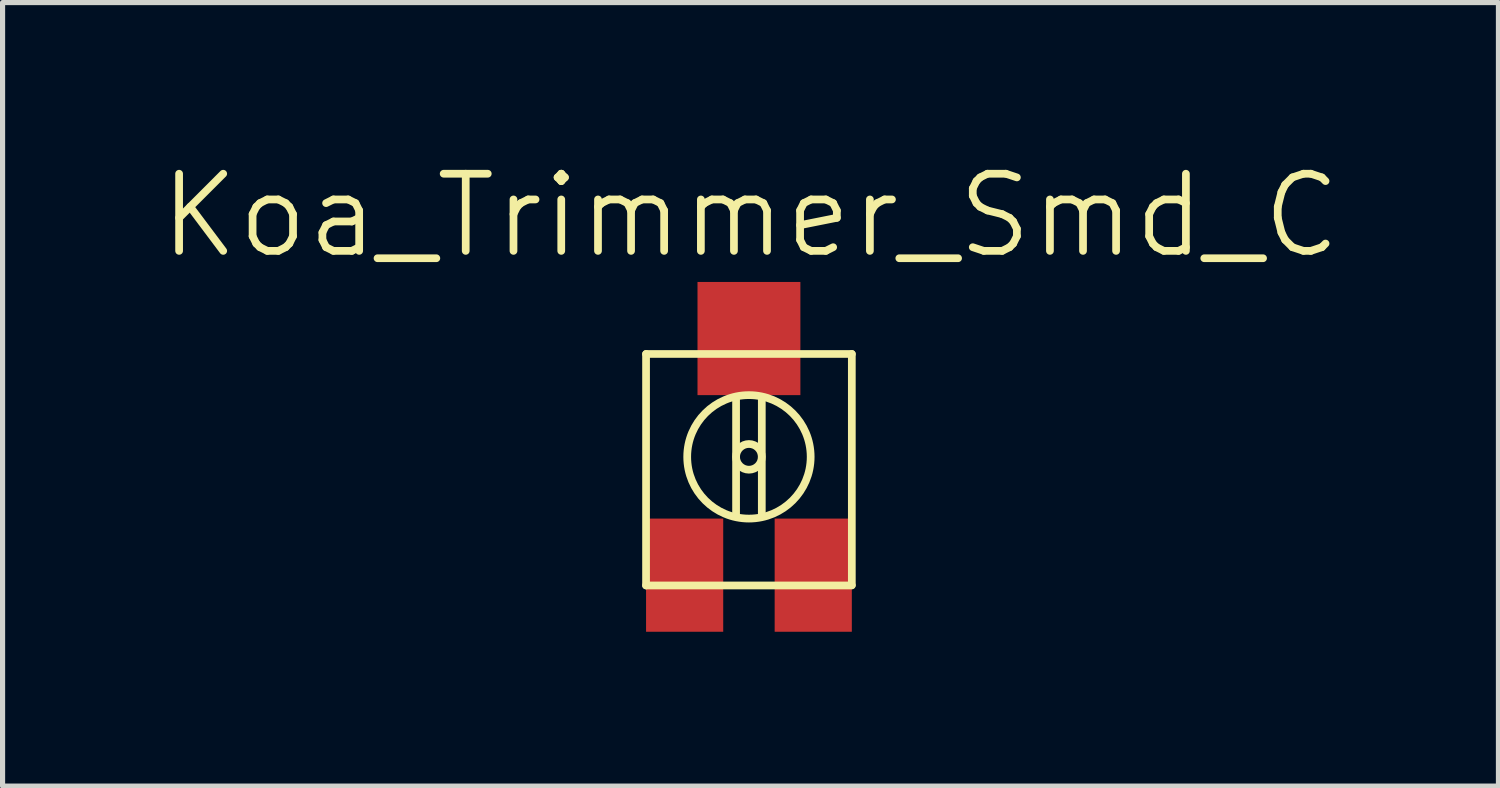
<source format=kicad_pcb>
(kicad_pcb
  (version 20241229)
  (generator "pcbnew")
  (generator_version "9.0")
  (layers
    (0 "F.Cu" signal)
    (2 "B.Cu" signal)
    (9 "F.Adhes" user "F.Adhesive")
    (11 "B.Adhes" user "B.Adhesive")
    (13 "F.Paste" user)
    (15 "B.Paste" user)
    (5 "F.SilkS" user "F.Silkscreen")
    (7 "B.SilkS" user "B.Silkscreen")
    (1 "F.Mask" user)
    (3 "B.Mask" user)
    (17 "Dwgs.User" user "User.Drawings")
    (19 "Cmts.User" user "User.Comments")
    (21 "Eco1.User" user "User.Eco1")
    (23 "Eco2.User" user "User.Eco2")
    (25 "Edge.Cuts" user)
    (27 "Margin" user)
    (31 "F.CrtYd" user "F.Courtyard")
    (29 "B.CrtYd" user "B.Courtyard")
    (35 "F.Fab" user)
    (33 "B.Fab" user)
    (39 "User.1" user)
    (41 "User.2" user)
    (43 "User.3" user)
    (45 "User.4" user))
  (footprint "Koa_Trimmer_Smd_C"
    (layer "F.Cu")
    (at 11.509 5.841)
    (property "Reference" "Koa_Trimmer_Smd_C" (at 0.03 -4.7 0) (layer "F.SilkS") (effects (font (size 1.5 1.5) (thickness 0.15))))
    (attr through_hole)
    (fp_line (start -2 -2.01) (end -2 2.49) (stroke (width 0.15) (type solid)) (layer "F.SilkS"))
    (fp_line (start -2 2.49) (end 2 2.49) (stroke (width 0.15) (type solid)) (layer "F.SilkS"))
    (fp_line (start -0.25 1.14) (end -0.25 -1.12) (stroke (width 0.15) (type solid)) (layer "F.SilkS"))
    (fp_line (start 0.25 -1.15) (end 0.25 1.1) (stroke (width 0.15) (type solid)) (layer "F.SilkS"))
    (fp_line (start 2 -2.01) (end -2 -2.01) (stroke (width 0.15) (type solid)) (layer "F.SilkS"))
    (fp_line (start 2 2.48) (end 2 -2.01) (stroke (width 0.15) (type solid)) (layer "F.SilkS"))
    (fp_circle (center 0 -0.01) (end -0.2 0.14) (stroke (width 0.15) (type solid)) (fill no) (layer "F.SilkS"))
    (fp_circle (center 0 -0.01) (end 0 1.19) (stroke (width 0.15) (type solid)) (fill no) (layer "F.SilkS"))
    (pad "1" smd rect (at -1.25 2.29) (size 1.5 2.2) (layers "F.Cu" "F.Mask" "F.Paste"))
    (pad "2" smd rect (at 0 -2.31) (size 2 2.2) (layers "F.Cu" "F.Mask" "F.Paste"))
    (pad "3" smd rect (at 1.25 2.29) (size 1.5 2.2) (layers "F.Cu" "F.Mask" "F.Paste")))
  (gr_rect
    (start -3 -3)
    (end 26.079 12.231)
    (stroke (width 0.1) (type default))
    (fill no)
    (layer "Edge.Cuts")))
</source>
